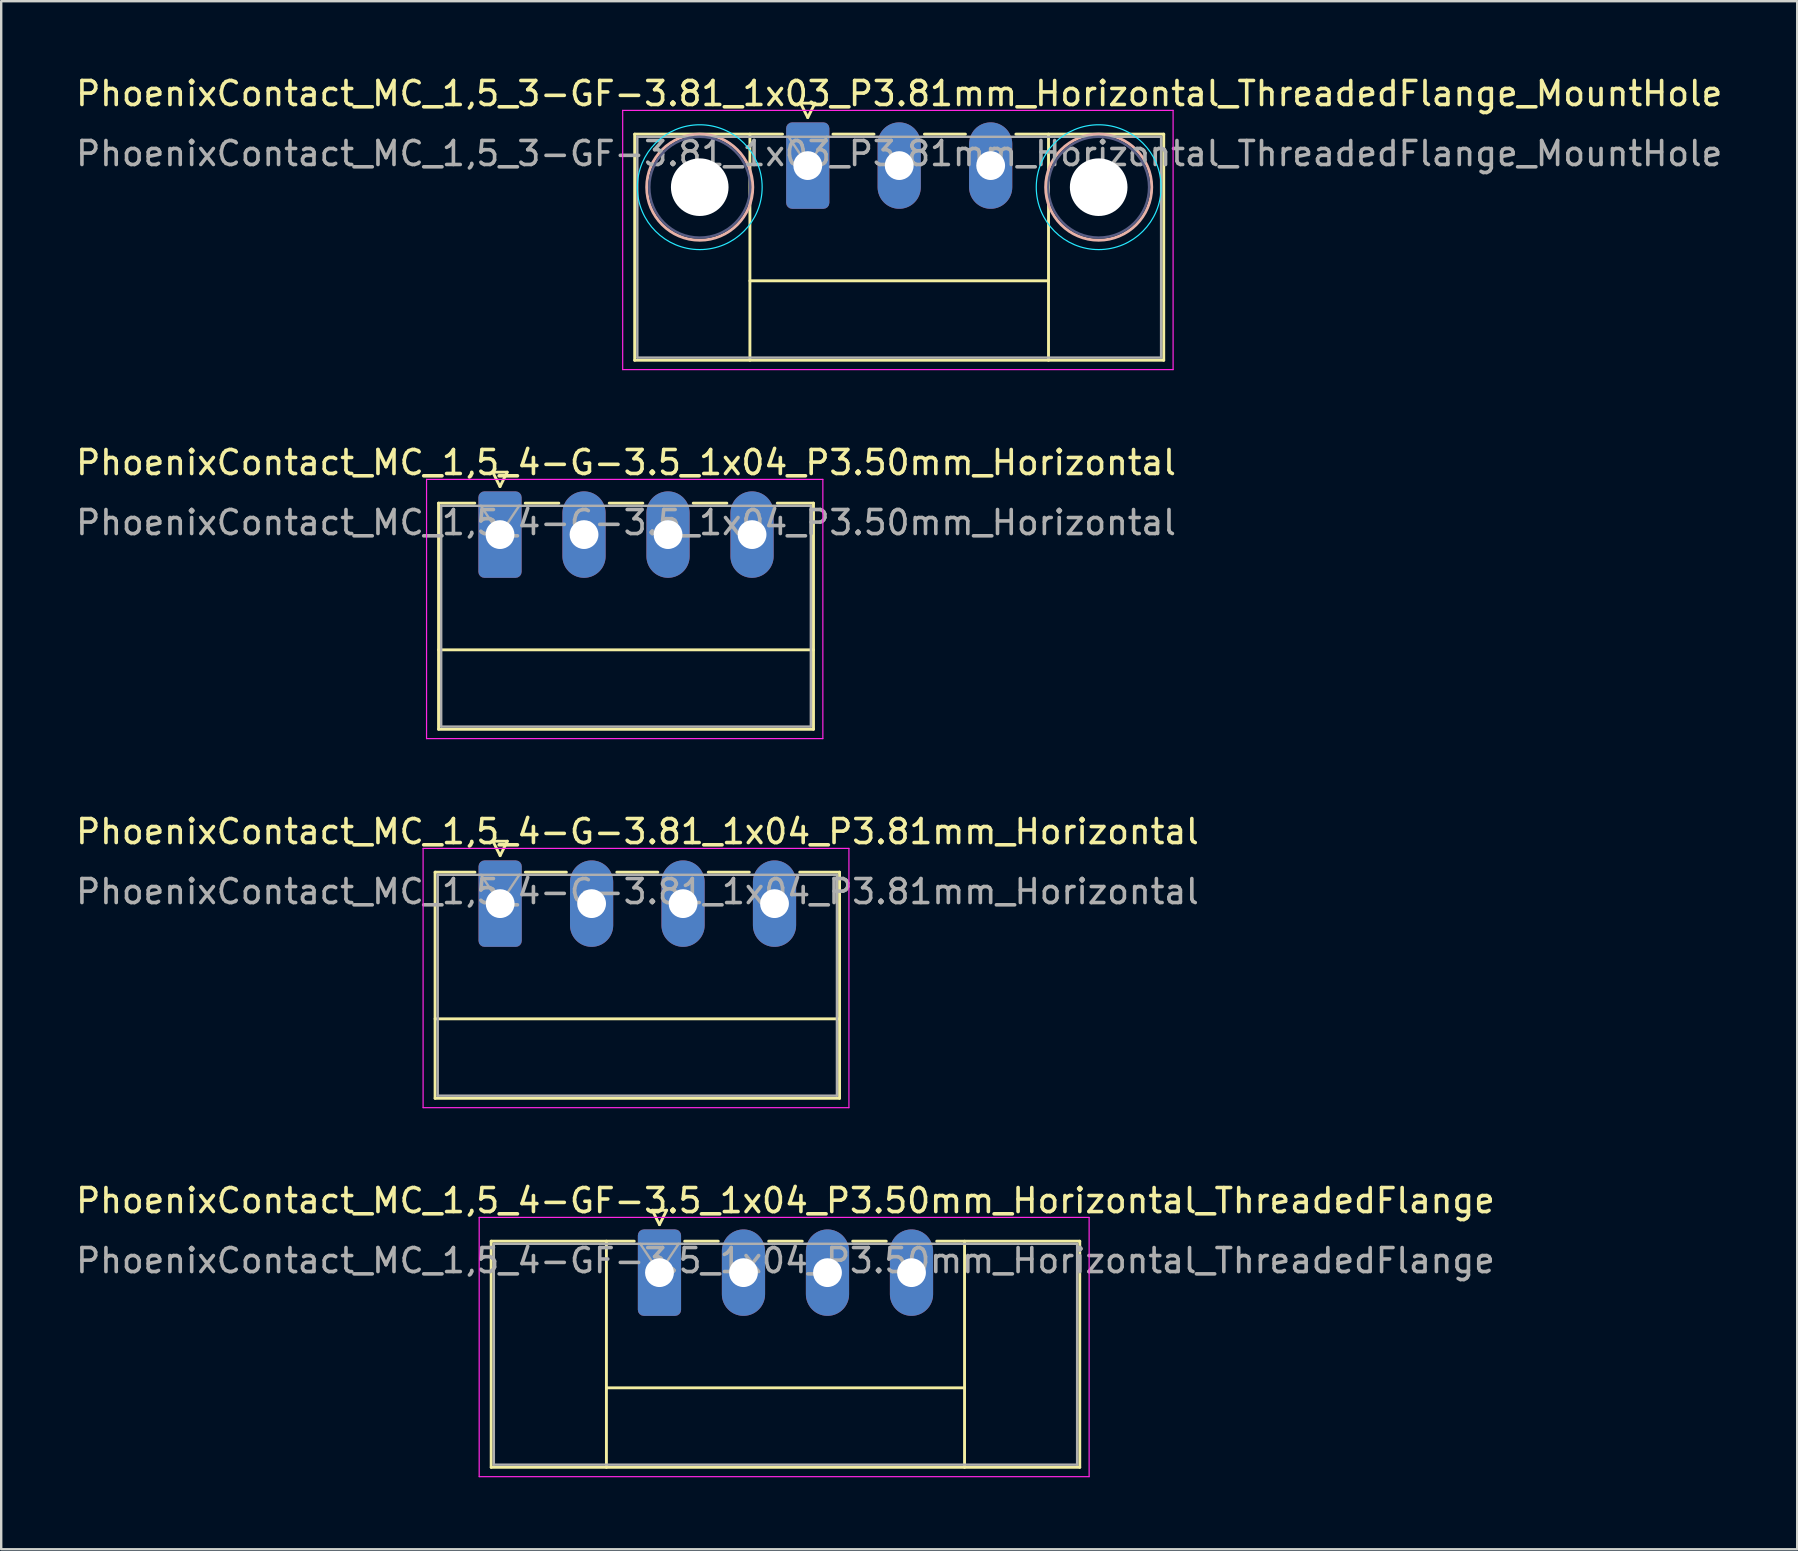
<source format=kicad_pcb>
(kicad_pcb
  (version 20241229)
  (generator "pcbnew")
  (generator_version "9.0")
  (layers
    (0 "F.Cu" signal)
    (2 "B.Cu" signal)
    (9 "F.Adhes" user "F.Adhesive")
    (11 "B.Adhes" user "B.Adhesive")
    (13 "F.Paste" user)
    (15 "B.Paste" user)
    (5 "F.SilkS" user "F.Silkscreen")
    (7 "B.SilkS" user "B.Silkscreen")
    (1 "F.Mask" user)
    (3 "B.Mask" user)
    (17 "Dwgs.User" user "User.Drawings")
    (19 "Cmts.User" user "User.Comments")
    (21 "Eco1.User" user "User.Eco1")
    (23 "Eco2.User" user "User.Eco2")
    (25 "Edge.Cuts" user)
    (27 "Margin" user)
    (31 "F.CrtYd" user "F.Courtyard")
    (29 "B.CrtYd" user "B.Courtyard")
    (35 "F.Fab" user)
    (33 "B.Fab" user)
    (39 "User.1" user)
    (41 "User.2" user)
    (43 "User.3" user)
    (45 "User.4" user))
  (footprint "PhoenixContact_MC_1,5_4-G-3.81_1x04_P3.81mm_Horizontal"
    (layer "F.Cu")
    (at 17.786 34.595)
    (property "Reference" "PhoenixContact_MC_1,5_4-G-3.81_1x04_P3.81mm_Horizontal" (at 5.72 -3 0) (layer "F.SilkS") (effects (font (size 1 1) (thickness 0.15))))
    (attr through_hole)
    (fp_line (start -2.71 -1.31) (end -2.71 8.11) (stroke (width 0.12) (type solid)) (layer "F.SilkS"))
    (fp_line (start -2.71 -1.31) (end -1.05 -1.31) (stroke (width 0.12) (type solid)) (layer "F.SilkS"))
    (fp_line (start -2.71 4.8) (end 14.14 4.8) (stroke (width 0.12) (type solid)) (layer "F.SilkS"))
    (fp_line (start -2.71 8.11) (end 14.14 8.11) (stroke (width 0.12) (type solid)) (layer "F.SilkS"))
    (fp_line (start -0.3 -2.6) (end 0.3 -2.6) (stroke (width 0.12) (type solid)) (layer "F.SilkS"))
    (fp_line (start 0 -2) (end -0.3 -2.6) (stroke (width 0.12) (type solid)) (layer "F.SilkS"))
    (fp_line (start 0.3 -2.6) (end 0 -2) (stroke (width 0.12) (type solid)) (layer "F.SilkS"))
    (fp_line (start 1.05 -1.31) (end 2.76 -1.31) (stroke (width 0.12) (type solid)) (layer "F.SilkS"))
    (fp_line (start 4.86 -1.31) (end 6.57 -1.31) (stroke (width 0.12) (type solid)) (layer "F.SilkS"))
    (fp_line (start 8.67 -1.31) (end 10.38 -1.31) (stroke (width 0.12) (type solid)) (layer "F.SilkS"))
    (fp_line (start 14.14 -1.31) (end 12.48 -1.31) (stroke (width 0.12) (type solid)) (layer "F.SilkS"))
    (fp_line (start 14.14 8.11) (end 14.14 -1.31) (stroke (width 0.12) (type solid)) (layer "F.SilkS"))
    (fp_line (start -3.21 -2.3) (end -3.21 8.5) (stroke (width 0.05) (type solid)) (layer "F.CrtYd"))
    (fp_line (start -3.21 8.5) (end 14.53 8.5) (stroke (width 0.05) (type solid)) (layer "F.CrtYd"))
    (fp_line (start 14.53 -2.3) (end -3.21 -2.3) (stroke (width 0.05) (type solid)) (layer "F.CrtYd"))
    (fp_line (start 14.53 8.5) (end 14.53 -2.3) (stroke (width 0.05) (type solid)) (layer "F.CrtYd"))
    (fp_line (start -2.6 -1.2) (end -2.6 8) (stroke (width 0.1) (type solid)) (layer "F.Fab"))
    (fp_line (start -2.6 8) (end 14.03 8) (stroke (width 0.1) (type solid)) (layer "F.Fab"))
    (fp_line (start 0 0) (end -0.8 -1.2) (stroke (width 0.1) (type solid)) (layer "F.Fab"))
    (fp_line (start 0.8 -1.2) (end 0 0) (stroke (width 0.1) (type solid)) (layer "F.Fab"))
    (fp_line (start 14.03 -1.2) (end -2.6 -1.2) (stroke (width 0.1) (type solid)) (layer "F.Fab"))
    (fp_line (start 14.03 8) (end 14.03 -1.2) (stroke (width 0.1) (type solid)) (layer "F.Fab"))
    (fp_text user "${REFERENCE}" (at 5.72 -0.5 0) (layer "F.Fab") (effects (font (size 1 1) (thickness 0.15))))
    (pad "1" thru_hole roundrect (at 0 0) (size 1.8 3.6) (drill 1.2) (layers "*.Cu" "*.Mask") (roundrect_rratio 0.139))
    (pad "2" thru_hole oval (at 3.81 0) (size 1.8 3.6) (drill 1.2) (layers "*.Cu" "*.Mask"))
    (pad "3" thru_hole oval (at 7.62 0) (size 1.8 3.6) (drill 1.2) (layers "*.Cu" "*.Mask"))
    (pad "4" thru_hole oval (at 11.43 0) (size 1.8 3.6) (drill 1.2) (layers "*.Cu" "*.Mask")))
  (footprint "PhoenixContact_MC_1,5_4-GF-3.5_1x04_P3.50mm_Horizontal_ThreadedFlange"
    (layer "F.Cu")
    (at 24.423 49.968)
    (property "Reference" "PhoenixContact_MC_1,5_4-GF-3.5_1x04_P3.50mm_Horizontal_ThreadedFlange" (at 5.25 -3 0) (layer "F.SilkS") (effects (font (size 1 1) (thickness 0.15))))
    (attr through_hole)
    (fp_line (start -7.01 -1.31) (end -7.01 8.11) (stroke (width 0.12) (type solid)) (layer "F.SilkS"))
    (fp_line (start -7.01 -1.31) (end -1.05 -1.31) (stroke (width 0.12) (type solid)) (layer "F.SilkS"))
    (fp_line (start -7.01 8.11) (end 17.51 8.11) (stroke (width 0.12) (type solid)) (layer "F.SilkS"))
    (fp_line (start -2.21 -1.31) (end -2.21 8.11) (stroke (width 0.12) (type solid)) (layer "F.SilkS"))
    (fp_line (start -2.21 4.8) (end 12.71 4.8) (stroke (width 0.12) (type solid)) (layer "F.SilkS"))
    (fp_line (start -0.3 -2.6) (end 0.3 -2.6) (stroke (width 0.12) (type solid)) (layer "F.SilkS"))
    (fp_line (start 0 -2) (end -0.3 -2.6) (stroke (width 0.12) (type solid)) (layer "F.SilkS"))
    (fp_line (start 0.3 -2.6) (end 0 -2) (stroke (width 0.12) (type solid)) (layer "F.SilkS"))
    (fp_line (start 1.05 -1.31) (end 2.45 -1.31) (stroke (width 0.12) (type solid)) (layer "F.SilkS"))
    (fp_line (start 4.55 -1.31) (end 5.95 -1.31) (stroke (width 0.12) (type solid)) (layer "F.SilkS"))
    (fp_line (start 8.05 -1.31) (end 9.45 -1.31) (stroke (width 0.12) (type solid)) (layer "F.SilkS"))
    (fp_line (start 12.71 -1.31) (end 12.71 8.11) (stroke (width 0.12) (type solid)) (layer "F.SilkS"))
    (fp_line (start 17.51 -1.31) (end 11.55 -1.31) (stroke (width 0.12) (type solid)) (layer "F.SilkS"))
    (fp_line (start 17.51 8.11) (end 17.51 -1.31) (stroke (width 0.12) (type solid)) (layer "F.SilkS"))
    (fp_line (start -7.51 -2.3) (end -7.51 8.5) (stroke (width 0.05) (type solid)) (layer "F.CrtYd"))
    (fp_line (start -7.51 8.5) (end 17.9 8.5) (stroke (width 0.05) (type solid)) (layer "F.CrtYd"))
    (fp_line (start 17.9 -2.3) (end -7.51 -2.3) (stroke (width 0.05) (type solid)) (layer "F.CrtYd"))
    (fp_line (start 17.9 8.5) (end 17.9 -2.3) (stroke (width 0.05) (type solid)) (layer "F.CrtYd"))
    (fp_line (start -6.9 -1.2) (end -6.9 8) (stroke (width 0.1) (type solid)) (layer "F.Fab"))
    (fp_line (start -6.9 8) (end 17.4 8) (stroke (width 0.1) (type solid)) (layer "F.Fab"))
    (fp_line (start 0 0) (end -0.8 -1.2) (stroke (width 0.1) (type solid)) (layer "F.Fab"))
    (fp_line (start 0.8 -1.2) (end 0 0) (stroke (width 0.1) (type solid)) (layer "F.Fab"))
    (fp_line (start 17.4 -1.2) (end -6.9 -1.2) (stroke (width 0.1) (type solid)) (layer "F.Fab"))
    (fp_line (start 17.4 8) (end 17.4 -1.2) (stroke (width 0.1) (type solid)) (layer "F.Fab"))
    (fp_text user "${REFERENCE}" (at 5.25 -0.5 0) (layer "F.Fab") (effects (font (size 1 1) (thickness 0.15))))
    (pad "1" thru_hole roundrect (at 0 0) (size 1.8 3.6) (drill 1.2) (layers "*.Cu" "*.Mask") (roundrect_rratio 0.139))
    (pad "2" thru_hole oval (at 3.5 0) (size 1.8 3.6) (drill 1.2) (layers "*.Cu" "*.Mask"))
    (pad "3" thru_hole oval (at 7 0) (size 1.8 3.6) (drill 1.2) (layers "*.Cu" "*.Mask"))
    (pad "4" thru_hole oval (at 10.5 0) (size 1.8 3.6) (drill 1.2) (layers "*.Cu" "*.Mask")))
  (footprint "PhoenixContact_MC_1,5_3-GF-3.81_1x03_P3.81mm_Horizontal_ThreadedFlange_MountHole"
    (layer "F.Cu")
    (at 30.601 3.848)
    (property "Reference" "PhoenixContact_MC_1,5_3-GF-3.81_1x03_P3.81mm_Horizontal_ThreadedFlange_MountHole" (at 3.81 -3 0) (layer "F.SilkS") (effects (font (size 1 1) (thickness 0.15))))
    (attr through_hole)
    (fp_line (start -7.21 -1.31) (end -7.21 8.11) (stroke (width 0.12) (type solid)) (layer "F.SilkS"))
    (fp_line (start -7.21 -1.31) (end -1.05 -1.31) (stroke (width 0.12) (type solid)) (layer "F.SilkS"))
    (fp_line (start -7.21 8.11) (end 14.83 8.11) (stroke (width 0.12) (type solid)) (layer "F.SilkS"))
    (fp_line (start -2.41 -1.31) (end -2.41 8.11) (stroke (width 0.12) (type solid)) (layer "F.SilkS"))
    (fp_line (start -2.41 4.8) (end 10.03 4.8) (stroke (width 0.12) (type solid)) (layer "F.SilkS"))
    (fp_line (start -0.3 -2.6) (end 0.3 -2.6) (stroke (width 0.12) (type solid)) (layer "F.SilkS"))
    (fp_line (start 0 -2) (end -0.3 -2.6) (stroke (width 0.12) (type solid)) (layer "F.SilkS"))
    (fp_line (start 0.3 -2.6) (end 0 -2) (stroke (width 0.12) (type solid)) (layer "F.SilkS"))
    (fp_line (start 1.05 -1.31) (end 2.76 -1.31) (stroke (width 0.12) (type solid)) (layer "F.SilkS"))
    (fp_line (start 4.86 -1.31) (end 6.57 -1.31) (stroke (width 0.12) (type solid)) (layer "F.SilkS"))
    (fp_line (start 10.03 -1.31) (end 10.03 8.11) (stroke (width 0.12) (type solid)) (layer "F.SilkS"))
    (fp_line (start 14.83 -1.31) (end 8.67 -1.31) (stroke (width 0.12) (type solid)) (layer "F.SilkS"))
    (fp_line (start 14.83 8.11) (end 14.83 -1.31) (stroke (width 0.12) (type solid)) (layer "F.SilkS"))
    (fp_circle (center -4.5 0.9) (end -2.29 0.9) (stroke (width 0.12) (type solid)) (fill no) (layer "B.SilkS"))
    (fp_circle (center 12.12 0.9) (end 14.33 0.9) (stroke (width 0.12) (type solid)) (fill no) (layer "B.SilkS"))
    (fp_circle (center -4.5 0.9) (end -1.9 0.9) (stroke (width 0.05) (type solid)) (fill no) (layer "B.CrtYd"))
    (fp_circle (center 12.12 0.9) (end 14.72 0.9) (stroke (width 0.05) (type solid)) (fill no) (layer "B.CrtYd"))
    (fp_line (start -7.71 -2.3) (end -7.71 8.5) (stroke (width 0.05) (type solid)) (layer "F.CrtYd"))
    (fp_line (start -7.71 8.5) (end 15.22 8.5) (stroke (width 0.05) (type solid)) (layer "F.CrtYd"))
    (fp_line (start 15.22 -2.3) (end -7.71 -2.3) (stroke (width 0.05) (type solid)) (layer "F.CrtYd"))
    (fp_line (start 15.22 8.5) (end 15.22 -2.3) (stroke (width 0.05) (type solid)) (layer "F.CrtYd"))
    (fp_circle (center -4.5 0.9) (end -2.4 0.9) (stroke (width 0.1) (type solid)) (fill no) (layer "B.Fab"))
    (fp_circle (center 12.12 0.9) (end 14.22 0.9) (stroke (width 0.1) (type solid)) (fill no) (layer "B.Fab"))
    (fp_line (start -7.1 -1.2) (end -7.1 8) (stroke (width 0.1) (type solid)) (layer "F.Fab"))
    (fp_line (start -7.1 8) (end 14.72 8) (stroke (width 0.1) (type solid)) (layer "F.Fab"))
    (fp_line (start 0 0) (end -0.8 -1.2) (stroke (width 0.1) (type solid)) (layer "F.Fab"))
    (fp_line (start 0.8 -1.2) (end 0 0) (stroke (width 0.1) (type solid)) (layer "F.Fab"))
    (fp_line (start 14.72 -1.2) (end -7.1 -1.2) (stroke (width 0.1) (type solid)) (layer "F.Fab"))
    (fp_line (start 14.72 8) (end 14.72 -1.2) (stroke (width 0.1) (type solid)) (layer "F.Fab"))
    (fp_text user "${REFERENCE}" (at 3.81 -0.5 0) (layer "F.Fab") (effects (font (size 1 1) (thickness 0.15))))
    (pad "" np_thru_hole circle (at -4.5 0.9) (size 2.4 2.4) (drill 2.4) (layers "*.Cu" "*.Mask"))
    (pad "" np_thru_hole circle (at 12.12 0.9) (size 2.4 2.4) (drill 2.4) (layers "*.Cu" "*.Mask"))
    (pad "1" thru_hole roundrect (at 0 0) (size 1.8 3.6) (drill 1.2) (layers "*.Cu" "*.Mask") (roundrect_rratio 0.139))
    (pad "2" thru_hole oval (at 3.81 0) (size 1.8 3.6) (drill 1.2) (layers "*.Cu" "*.Mask"))
    (pad "3" thru_hole oval (at 7.62 0) (size 1.8 3.6) (drill 1.2) (layers "*.Cu" "*.Mask")))
  (footprint "PhoenixContact_MC_1,5_4-G-3.5_1x04_P3.50mm_Horizontal"
    (layer "F.Cu")
    (at 17.78 19.221)
    (property "Reference" "PhoenixContact_MC_1,5_4-G-3.5_1x04_P3.50mm_Horizontal" (at 5.25 -3 0) (layer "F.SilkS") (effects (font (size 1 1) (thickness 0.15))))
    (attr through_hole)
    (fp_line (start -2.56 -1.31) (end -2.56 8.11) (stroke (width 0.12) (type solid)) (layer "F.SilkS"))
    (fp_line (start -2.56 -1.31) (end -1.05 -1.31) (stroke (width 0.12) (type solid)) (layer "F.SilkS"))
    (fp_line (start -2.56 4.8) (end 13.06 4.8) (stroke (width 0.12) (type solid)) (layer "F.SilkS"))
    (fp_line (start -2.56 8.11) (end 13.06 8.11) (stroke (width 0.12) (type solid)) (layer "F.SilkS"))
    (fp_line (start -0.3 -2.6) (end 0.3 -2.6) (stroke (width 0.12) (type solid)) (layer "F.SilkS"))
    (fp_line (start 0 -2) (end -0.3 -2.6) (stroke (width 0.12) (type solid)) (layer "F.SilkS"))
    (fp_line (start 0.3 -2.6) (end 0 -2) (stroke (width 0.12) (type solid)) (layer "F.SilkS"))
    (fp_line (start 1.05 -1.31) (end 2.45 -1.31) (stroke (width 0.12) (type solid)) (layer "F.SilkS"))
    (fp_line (start 4.55 -1.31) (end 5.95 -1.31) (stroke (width 0.12) (type solid)) (layer "F.SilkS"))
    (fp_line (start 8.05 -1.31) (end 9.45 -1.31) (stroke (width 0.12) (type solid)) (layer "F.SilkS"))
    (fp_line (start 13.06 -1.31) (end 11.55 -1.31) (stroke (width 0.12) (type solid)) (layer "F.SilkS"))
    (fp_line (start 13.06 8.11) (end 13.06 -1.31) (stroke (width 0.12) (type solid)) (layer "F.SilkS"))
    (fp_line (start -3.06 -2.3) (end -3.06 8.5) (stroke (width 0.05) (type solid)) (layer "F.CrtYd"))
    (fp_line (start -3.06 8.5) (end 13.45 8.5) (stroke (width 0.05) (type solid)) (layer "F.CrtYd"))
    (fp_line (start 13.45 -2.3) (end -3.06 -2.3) (stroke (width 0.05) (type solid)) (layer "F.CrtYd"))
    (fp_line (start 13.45 8.5) (end 13.45 -2.3) (stroke (width 0.05) (type solid)) (layer "F.CrtYd"))
    (fp_line (start -2.45 -1.2) (end -2.45 8) (stroke (width 0.1) (type solid)) (layer "F.Fab"))
    (fp_line (start -2.45 8) (end 12.95 8) (stroke (width 0.1) (type solid)) (layer "F.Fab"))
    (fp_line (start 0 0) (end -0.8 -1.2) (stroke (width 0.1) (type solid)) (layer "F.Fab"))
    (fp_line (start 0.8 -1.2) (end 0 0) (stroke (width 0.1) (type solid)) (layer "F.Fab"))
    (fp_line (start 12.95 -1.2) (end -2.45 -1.2) (stroke (width 0.1) (type solid)) (layer "F.Fab"))
    (fp_line (start 12.95 8) (end 12.95 -1.2) (stroke (width 0.1) (type solid)) (layer "F.Fab"))
    (fp_text user "${REFERENCE}" (at 5.25 -0.5 0) (layer "F.Fab") (effects (font (size 1 1) (thickness 0.15))))
    (pad "1" thru_hole roundrect (at 0 0) (size 1.8 3.6) (drill 1.2) (layers "*.Cu" "*.Mask") (roundrect_rratio 0.139))
    (pad "2" thru_hole oval (at 3.5 0) (size 1.8 3.6) (drill 1.2) (layers "*.Cu" "*.Mask"))
    (pad "3" thru_hole oval (at 7 0) (size 1.8 3.6) (drill 1.2) (layers "*.Cu" "*.Mask"))
    (pad "4" thru_hole oval (at 10.5 0) (size 1.8 3.6) (drill 1.2) (layers "*.Cu" "*.Mask")))
  (gr_rect
    (start -3 -3)
    (end 71.821 61.493)
    (stroke (width 0.1) (type default))
    (fill no)
    (layer "Edge.Cuts")))
</source>
